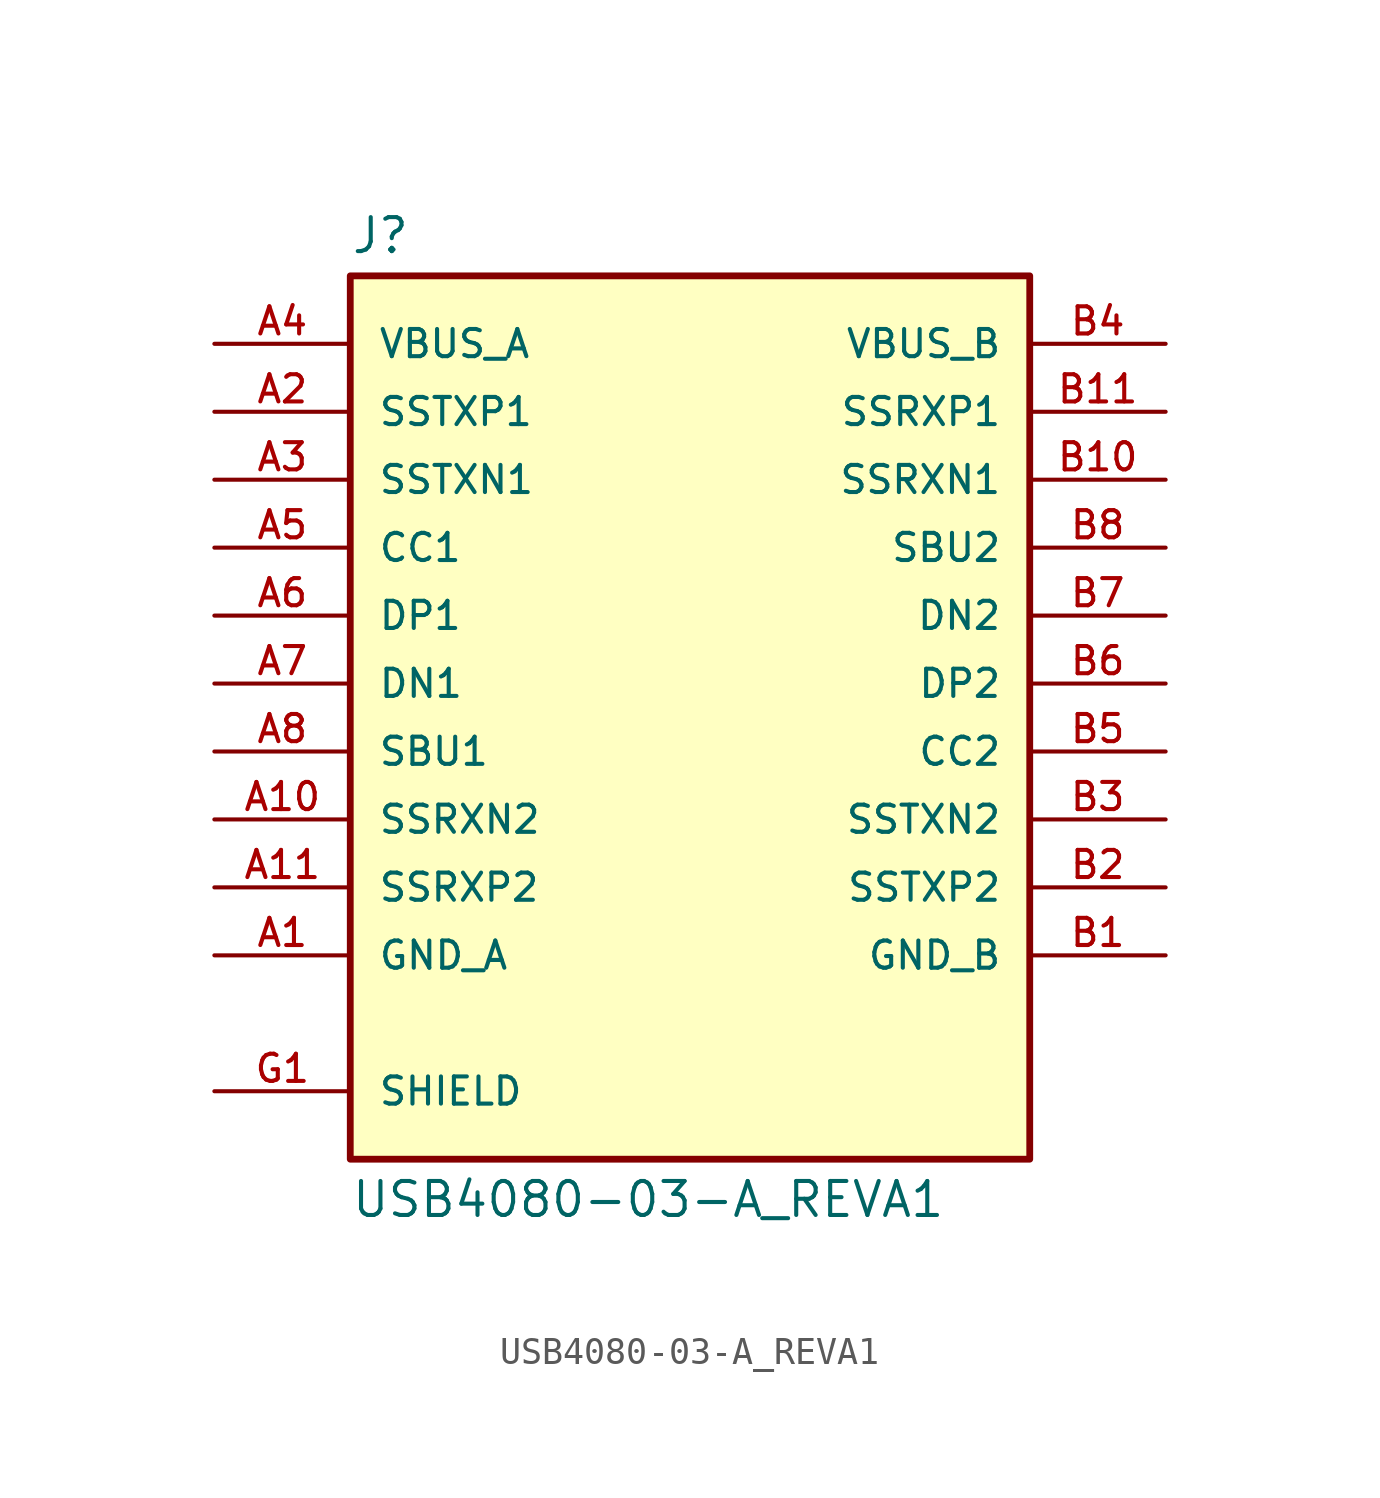
<source format=kicad_sym>
(kicad_symbol_lib
  (version 20241209)
  (generator "kicad_symbol_editor")
  (generator_version "9.0")
  (symbol "USB4080-03-A_REVA1"
    (pin_names
      (offset 1.016))
    (property "Reference" "J"
      (at -12.7 16.002 0)
      (effects (font (size 1.27 1.27)) (justify left bottom)))
    (property "Value" "USB4080-03-A_REVA1"
      (at -12.7 -18.542 0)
      (effects (font (size 1.27 1.27)) (justify left top)))
    (symbol "USB4080-03-A_REVA1_0_0"
      (rectangle (start -12.7 -17.78) (end 12.7 15.24) (stroke (width 0.254) (type default)) (fill (type background)))
      (pin power_in line (at -17.78 12.7 0) (length 5.08) (name "VBUS_A" (effects (font (size 1.016 1.016)))) (number "A4" (effects (font (size 1.016 1.016)))))
      (pin power_in line (at -17.78 12.7 0) (length 5.08) (hide yes) (name "VBUS_A" (effects (font (size 1.016 1.016)))) (number "A9" (effects (font (size 1.016 1.016)))))
      (pin bidirectional line (at -17.78 10.16 0) (length 5.08) (name "SSTXP1" (effects (font (size 1.016 1.016)))) (number "A2" (effects (font (size 1.016 1.016)))))
      (pin bidirectional line (at -17.78 7.62 0) (length 5.08) (name "SSTXN1" (effects (font (size 1.016 1.016)))) (number "A3" (effects (font (size 1.016 1.016)))))
      (pin bidirectional line (at -17.78 5.08 0) (length 5.08) (name "CC1" (effects (font (size 1.016 1.016)))) (number "A5" (effects (font (size 1.016 1.016)))))
      (pin bidirectional line (at -17.78 2.54 0) (length 5.08) (name "DP1" (effects (font (size 1.016 1.016)))) (number "A6" (effects (font (size 1.016 1.016)))))
      (pin bidirectional line (at -17.78 0 0) (length 5.08) (name "DN1" (effects (font (size 1.016 1.016)))) (number "A7" (effects (font (size 1.016 1.016)))))
      (pin bidirectional line (at -17.78 -2.54 0) (length 5.08) (name "SBU1" (effects (font (size 1.016 1.016)))) (number "A8" (effects (font (size 1.016 1.016)))))
      (pin bidirectional line (at -17.78 -5.08 0) (length 5.08) (name "SSRXN2" (effects (font (size 1.016 1.016)))) (number "A10" (effects (font (size 1.016 1.016)))))
      (pin bidirectional line (at -17.78 -7.62 0) (length 5.08) (name "SSRXP2" (effects (font (size 1.016 1.016)))) (number "A11" (effects (font (size 1.016 1.016)))))
      (pin power_in line (at -17.78 -10.16 0) (length 5.08) (name "GND_A" (effects (font (size 1.016 1.016)))) (number "A1" (effects (font (size 1.016 1.016)))))
      (pin power_in line (at -17.78 -10.16 0) (length 5.08) (hide yes) (name "GND_A" (effects (font (size 1.016 1.016)))) (number "A12" (effects (font (size 1.016 1.016)))))
      (pin passive line (at -17.78 -15.24 0) (length 5.08) (name "SHIELD" (effects (font (size 1.016 1.016)))) (number "G1" (effects (font (size 1.016 1.016)))))
      (pin passive line (at -17.78 -15.24 0) (length 5.08) (hide yes) (name "SHIELD" (effects (font (size 1.016 1.016)))) (number "G2" (effects (font (size 1.016 1.016)))))
      (pin passive line (at -17.78 -15.24 0) (length 5.08) (hide yes) (name "SHIELD" (effects (font (size 1.016 1.016)))) (number "G3" (effects (font (size 1.016 1.016)))))
      (pin passive line (at -17.78 -15.24 0) (length 5.08) (hide yes) (name "SHIELD" (effects (font (size 1.016 1.016)))) (number "G4" (effects (font (size 1.016 1.016)))))
      (pin power_in line (at 17.78 12.7 180) (length 5.08) (name "VBUS_B" (effects (font (size 1.016 1.016)))) (number "B4" (effects (font (size 1.016 1.016)))))
      (pin power_in line (at 17.78 12.7 180) (length 5.08) (hide yes) (name "VBUS_B" (effects (font (size 1.016 1.016)))) (number "B9" (effects (font (size 1.016 1.016)))))
      (pin bidirectional line (at 17.78 10.16 180) (length 5.08) (name "SSRXP1" (effects (font (size 1.016 1.016)))) (number "B11" (effects (font (size 1.016 1.016)))))
      (pin bidirectional line (at 17.78 7.62 180) (length 5.08) (name "SSRXN1" (effects (font (size 1.016 1.016)))) (number "B10" (effects (font (size 1.016 1.016)))))
      (pin bidirectional line (at 17.78 5.08 180) (length 5.08) (name "SBU2" (effects (font (size 1.016 1.016)))) (number "B8" (effects (font (size 1.016 1.016)))))
      (pin bidirectional line (at 17.78 2.54 180) (length 5.08) (name "DN2" (effects (font (size 1.016 1.016)))) (number "B7" (effects (font (size 1.016 1.016)))))
      (pin bidirectional line (at 17.78 0 180) (length 5.08) (name "DP2" (effects (font (size 1.016 1.016)))) (number "B6" (effects (font (size 1.016 1.016)))))
      (pin bidirectional line (at 17.78 -2.54 180) (length 5.08) (name "CC2" (effects (font (size 1.016 1.016)))) (number "B5" (effects (font (size 1.016 1.016)))))
      (pin bidirectional line (at 17.78 -5.08 180) (length 5.08) (name "SSTXN2" (effects (font (size 1.016 1.016)))) (number "B3" (effects (font (size 1.016 1.016)))))
      (pin bidirectional line (at 17.78 -7.62 180) (length 5.08) (name "SSTXP2" (effects (font (size 1.016 1.016)))) (number "B2" (effects (font (size 1.016 1.016)))))
      (pin power_in line (at 17.78 -10.16 180) (length 5.08) (name "GND_B" (effects (font (size 1.016 1.016)))) (number "B1" (effects (font (size 1.016 1.016)))))
      (pin power_in line (at 17.78 -10.16 180) (length 5.08) (hide yes) (name "GND_B" (effects (font (size 1.016 1.016)))) (number "B12" (effects (font (size 1.016 1.016))))))))
</source>
